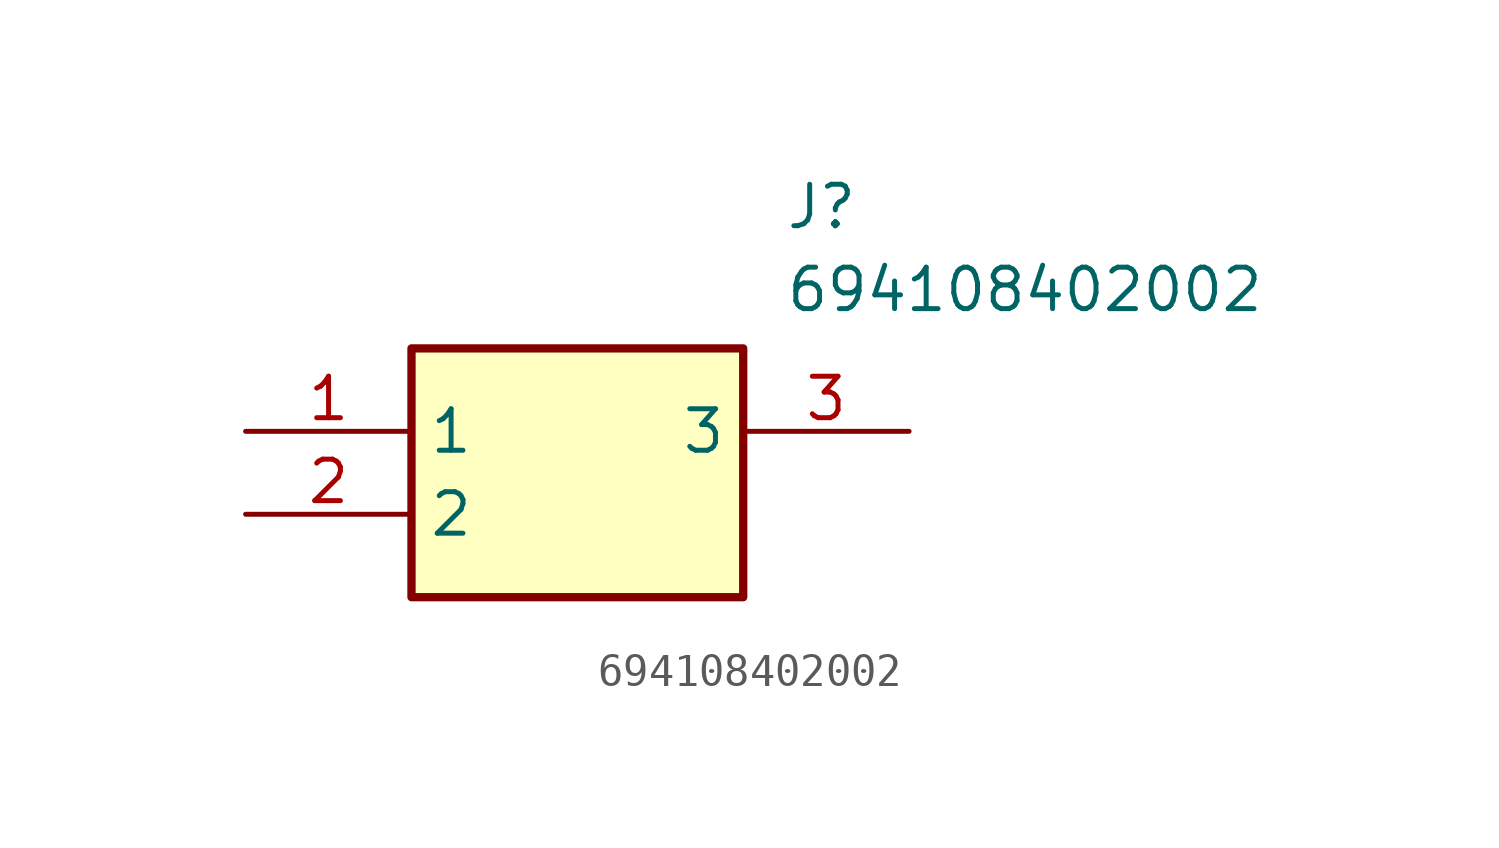
<source format=kicad_sym>
(kicad_symbol_lib
  (version 20211014)
  (generator SamacSys_ECAD_Model)
  (symbol "694108402002"
    (property "Reference" "J"
      (at 16.51 7.62 0)
      (effects (font (size 1.27 1.27)) (justify left top)))
    (property "Value" "694108402002"
      (at 16.51 5.08 0)
      (effects (font (size 1.27 1.27)) (justify left top)))
    (rectangle
      (start 5.08 2.54)
      (end 15.24 -5.08)
      (stroke (width 0.254) (type default))
      (fill (type background)))
    (pin passive line
      (at 0 0 0)
      (length 5.08)
      (name "1" (effects (font (size 1.27 1.27))))
      (number "1" (effects (font (size 1.27 1.27)))))
    (pin passive line
      (at 0 -2.54 0)
      (length 5.08)
      (name "2" (effects (font (size 1.27 1.27))))
      (number "2" (effects (font (size 1.27 1.27)))))
    (pin passive line
      (at 20.32 0 180)
      (length 5.08)
      (name "3" (effects (font (size 1.27 1.27))))
      (number "3" (effects (font (size 1.27 1.27)))))))
</source>
